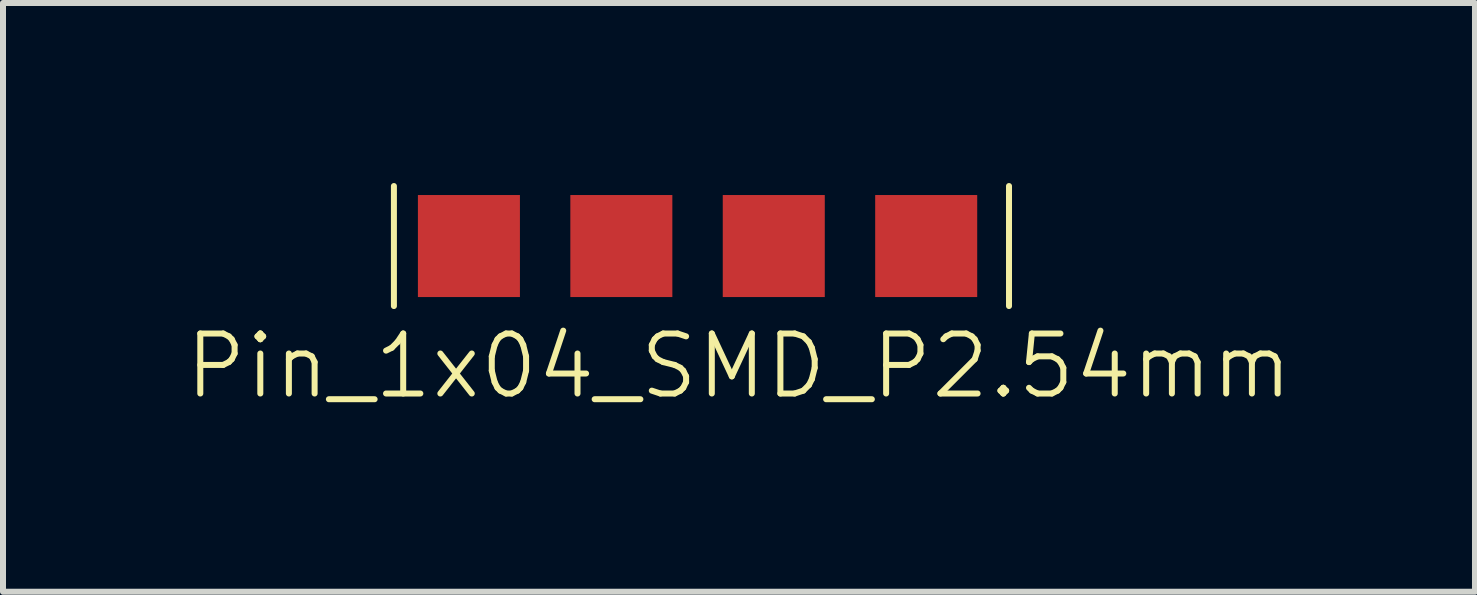
<source format=kicad_pcb>
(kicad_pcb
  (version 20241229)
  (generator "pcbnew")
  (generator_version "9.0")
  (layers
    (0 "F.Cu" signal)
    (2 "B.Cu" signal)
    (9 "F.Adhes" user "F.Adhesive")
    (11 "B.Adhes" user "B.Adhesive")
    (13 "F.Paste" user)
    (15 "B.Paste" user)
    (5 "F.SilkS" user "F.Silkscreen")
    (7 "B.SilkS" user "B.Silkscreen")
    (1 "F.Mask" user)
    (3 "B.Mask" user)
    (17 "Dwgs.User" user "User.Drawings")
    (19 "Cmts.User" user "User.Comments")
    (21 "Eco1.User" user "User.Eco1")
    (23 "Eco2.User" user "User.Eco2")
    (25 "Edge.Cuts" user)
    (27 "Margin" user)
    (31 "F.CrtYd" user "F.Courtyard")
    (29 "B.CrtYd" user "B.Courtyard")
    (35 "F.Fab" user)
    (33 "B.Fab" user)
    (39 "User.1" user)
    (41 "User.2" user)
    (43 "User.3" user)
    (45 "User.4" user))
  (footprint "Pin_1x04_SMD_P2.54mm"
    (layer "F.Cu")
    (at 9.264 3.55)
    (property "Reference" "Pin_1x04_SMD_P2.54mm" (at 0 -0.5 0) (unlocked yes) (layer "F.SilkS") (effects (font (size 1 1) (thickness 0.1))))
    (attr smd)
    (fp_line (start -5.75 -3.5) (end -5.75 -1.5) (stroke (width 0.1) (type default)) (layer "F.SilkS"))
    (fp_line (start 4.5 -3.5) (end 4.5 -1.5) (stroke (width 0.1) (type default)) (layer "F.SilkS"))
    (pad "1" smd rect (at -4.5 -2.5) (size 1.7 1.7) (layers "F.Cu" "F.Mask" "F.Paste"))
    (pad "2" smd rect (at -1.96 -2.5) (size 1.7 1.7) (layers "F.Cu" "F.Mask" "F.Paste"))
    (pad "3" smd rect (at 0.58 -2.5) (size 1.7 1.7) (layers "F.Cu" "F.Mask" "F.Paste"))
    (pad "4" smd rect (at 3.12 -2.5) (size 1.7 1.7) (layers "F.Cu" "F.Mask" "F.Paste")))
  (gr_rect
    (start -3 -3)
    (end 21.529 6.811)
    (stroke (width 0.1) (type default))
    (fill no)
    (layer "Edge.Cuts")))
</source>
